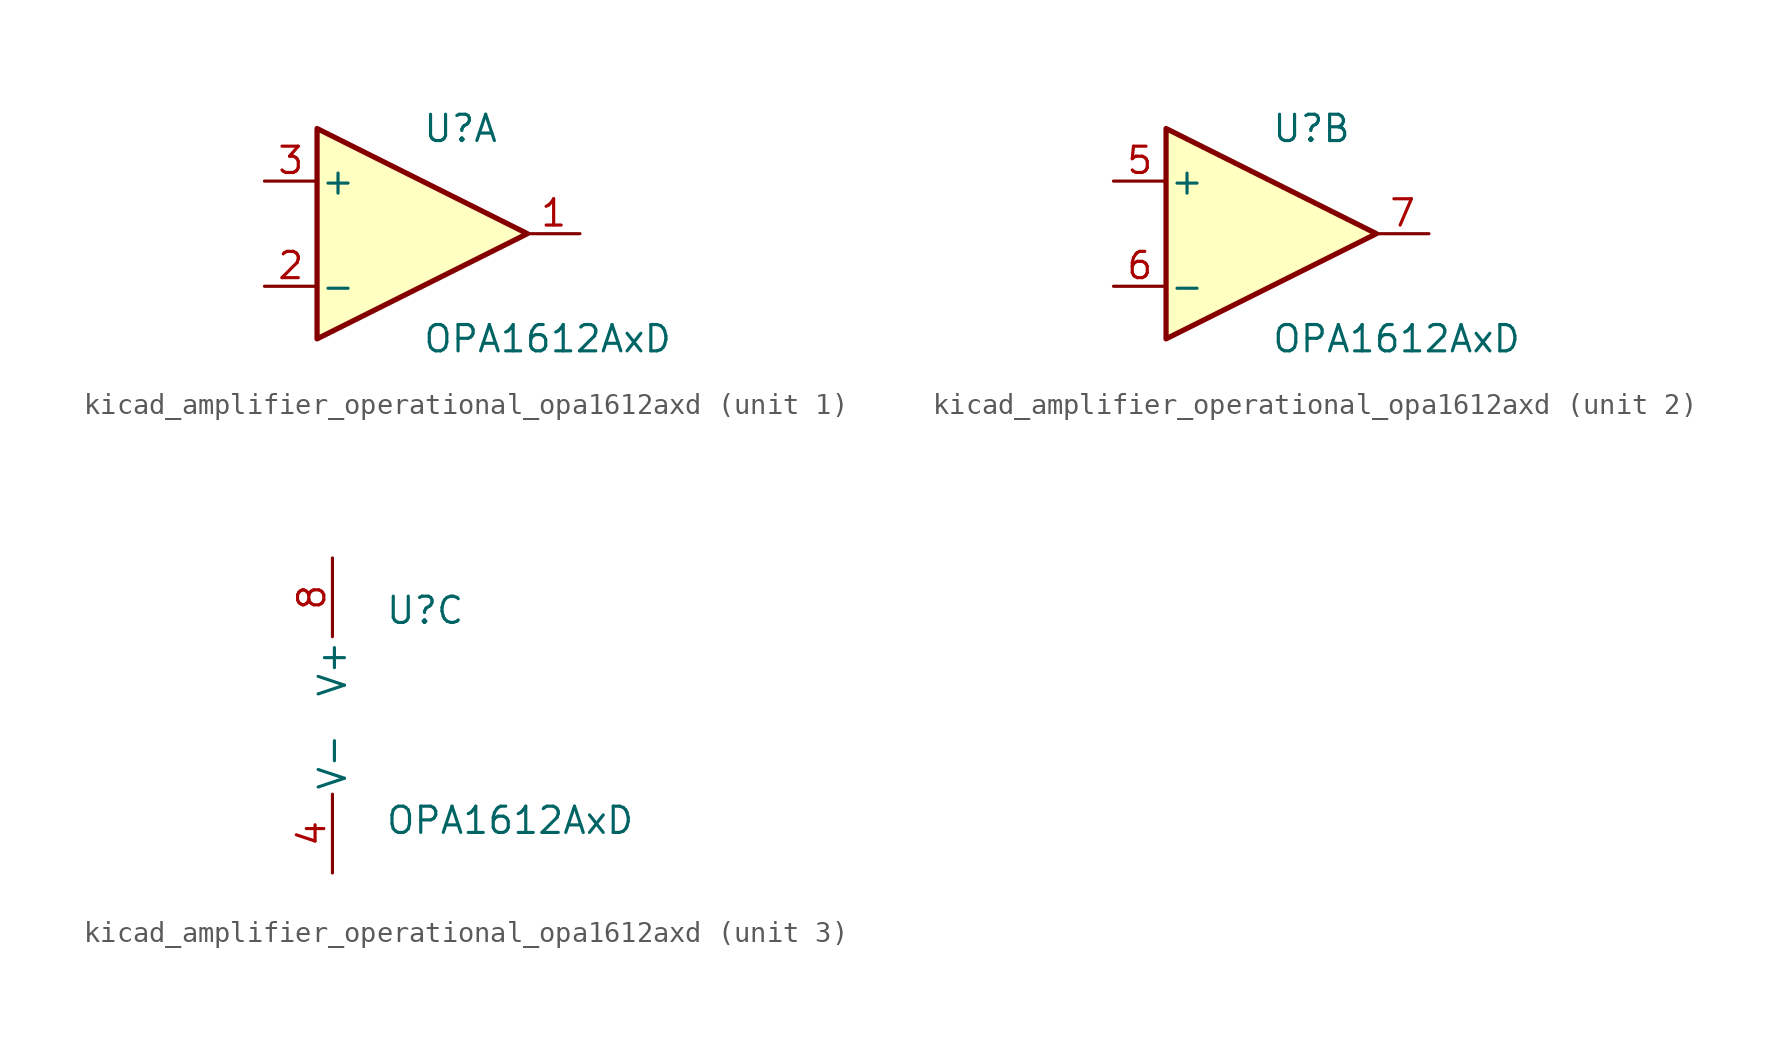
<source format=kicad_sym>
(kicad_symbol_lib
  (version 20220914)
  (generator kicad_symbol_editor)
  (symbol "kicad_amplifier_operational_opa1612axd"
    (pin_names
      (offset 0.127))
    (property "Reference" "U"
      (at 0 5.08 0)
      (effects (font (size 1.27 1.27)) (justify left)))
    (property "Value" "OPA1612AxD"
      (at 0 -5.08 0)
      (effects (font (size 1.27 1.27)) (justify left)))
    (property "ki_locked" ""
      (at 0 0 0)
      (effects (font (size 1.27 1.27))))
    (symbol "kicad_amplifier_operational_opa1612axd_1_1"
      (polyline (pts (xy -5.08 5.08) (xy 5.08 0) (xy -5.08 -5.08) (xy -5.08 5.08)) (stroke (width 0.254) (type default)) (fill (type background)))
      (pin output line (at 7.62 0 180) (length 2.54) (name "~" (effects (font (size 1.27 1.27)))) (number "1" (effects (font (size 1.27 1.27)))))
      (pin input line (at -7.62 -2.54 0) (length 2.54) (name "-" (effects (font (size 1.27 1.27)))) (number "2" (effects (font (size 1.27 1.27)))))
      (pin input line (at -7.62 2.54 0) (length 2.54) (name "+" (effects (font (size 1.27 1.27)))) (number "3" (effects (font (size 1.27 1.27))))))
    (symbol "kicad_amplifier_operational_opa1612axd_2_1"
      (polyline (pts (xy -5.08 5.08) (xy 5.08 0) (xy -5.08 -5.08) (xy -5.08 5.08)) (stroke (width 0.254) (type default)) (fill (type background)))
      (pin input line (at -7.62 2.54 0) (length 2.54) (name "+" (effects (font (size 1.27 1.27)))) (number "5" (effects (font (size 1.27 1.27)))))
      (pin input line (at -7.62 -2.54 0) (length 2.54) (name "-" (effects (font (size 1.27 1.27)))) (number "6" (effects (font (size 1.27 1.27)))))
      (pin output line (at 7.62 0 180) (length 2.54) (name "~" (effects (font (size 1.27 1.27)))) (number "7" (effects (font (size 1.27 1.27))))))
    (symbol "kicad_amplifier_operational_opa1612axd_3_1"
      (pin power_in line (at -2.54 -7.62 90) (length 3.81) (name "V-" (effects (font (size 1.27 1.27)))) (number "4" (effects (font (size 1.27 1.27)))))
      (pin power_in line (at -2.54 7.62 270) (length 3.81) (name "V+" (effects (font (size 1.27 1.27)))) (number "8" (effects (font (size 1.27 1.27))))))))
</source>
